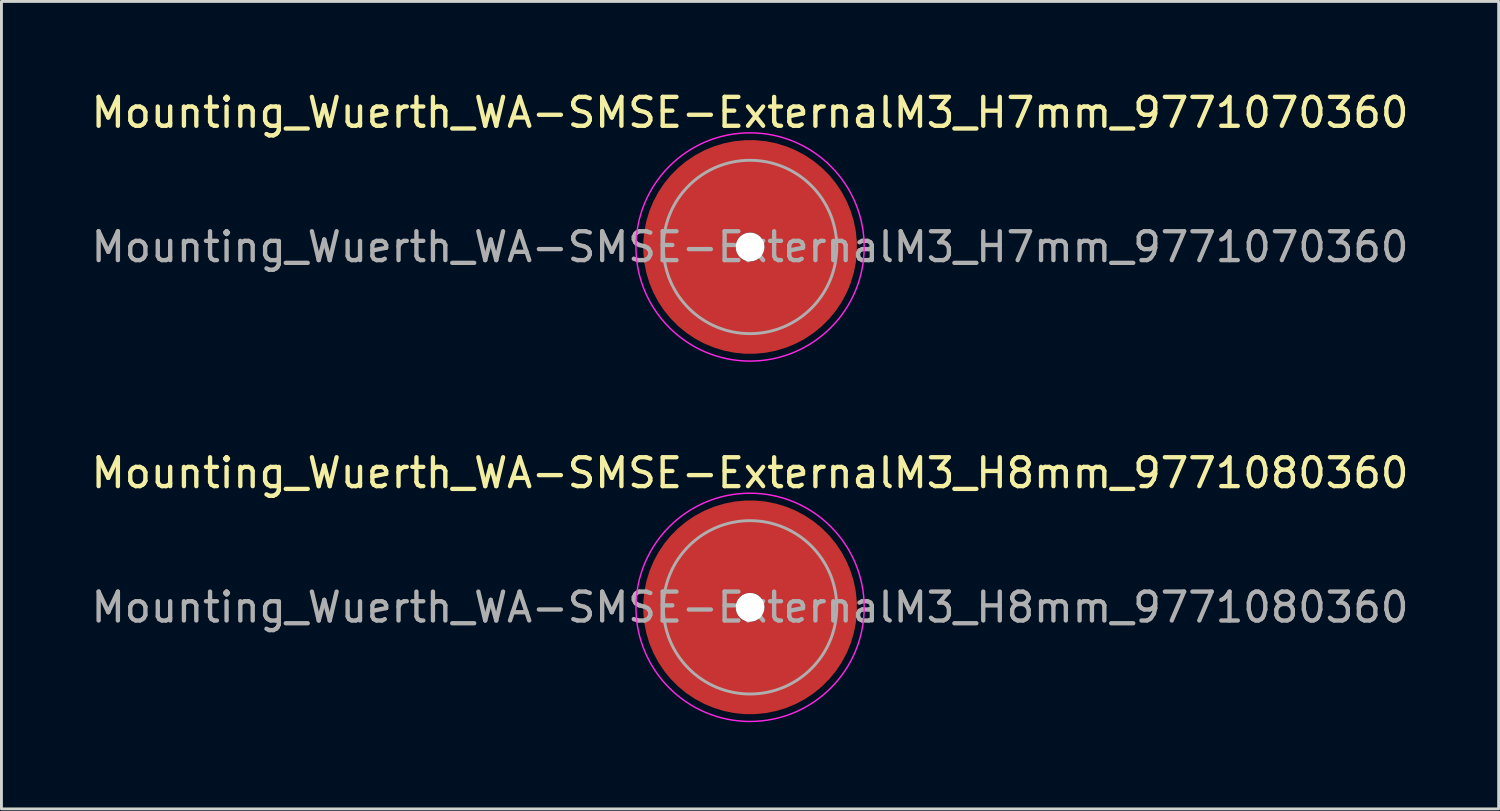
<source format=kicad_pcb>
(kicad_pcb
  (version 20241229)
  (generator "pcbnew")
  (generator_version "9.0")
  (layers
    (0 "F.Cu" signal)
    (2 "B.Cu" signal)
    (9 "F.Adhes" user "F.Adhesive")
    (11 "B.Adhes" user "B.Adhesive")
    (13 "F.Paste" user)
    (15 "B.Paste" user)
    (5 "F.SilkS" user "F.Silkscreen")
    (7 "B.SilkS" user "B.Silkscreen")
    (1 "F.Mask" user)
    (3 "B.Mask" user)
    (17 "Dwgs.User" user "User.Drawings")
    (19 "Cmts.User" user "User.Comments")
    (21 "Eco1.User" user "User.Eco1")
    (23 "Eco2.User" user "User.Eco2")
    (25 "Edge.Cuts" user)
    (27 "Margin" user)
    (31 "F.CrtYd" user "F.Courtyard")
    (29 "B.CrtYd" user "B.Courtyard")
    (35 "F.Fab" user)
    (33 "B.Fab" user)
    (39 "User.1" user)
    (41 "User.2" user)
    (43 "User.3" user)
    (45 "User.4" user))
  (footprint "Mounting_Wuerth_WA-SMSE-ExternalM3_H8mm_9771080360"
    (layer "F.Cu")
    (at 22.911 17.971)
    (property "Reference" "Mounting_Wuerth_WA-SMSE-ExternalM3_H8mm_9771080360" (at 0 -4.65 0) (layer "F.SilkS") (effects (font (size 1 1) (thickness 0.15))))
    (attr smd allow_soldermask_bridges)
    (fp_circle (center 0 0) (end 3.95 0) (stroke (width 0.05) (type solid)) (fill no) (layer "F.CrtYd"))
    (fp_circle (center 0 0) (end 3 0) (stroke (width 0.1) (type solid)) (fill no) (layer "F.Fab"))
    (fp_text user "${REFERENCE}" (at 0 0 0) (layer "F.Fab") (effects (font (size 1 1) (thickness 0.15))))
    (pad "" smd custom (at 0 -2.1) (size 1.5 1.5) (layers "F.Paste") (options (anchor circle)) (primitives (gr_arc (start -0.305123 1.47) (mid 0.371762 1.506879) (end 0.7 2.1) (width 0.2)) (gr_arc (start -0.493052 1.47) (mid 0.350399 1.380819) (end 0.8 2.1) (width 0.2)) (gr_arc (start -0.642729 1.47) (mid 0.340253 1.266797) (end 0.9 2.1) (width 0.2)) (gr_arc (start -0.776595 1.47) (mid 0.334219 1.157505) (end 1 2.1) (width 0.2)) (gr_arc (start -0.901721 1.47) (mid 0.330233 1.05074) (end 1.1 2.1) (width 0.2)) (gr_arc (start -1.021323 1.47) (mid 0.327424 0.945533) (end 1.2 2.1) (width 0.2)) (gr_arc (start -1.137146 1.47) (mid 0.325354 0.841372) (end 1.3 2.1) (width 0.2)) (gr_arc (start -1.25024 1.47) (mid 0.323778 0.737954) (end 1.4 2.1) (width 0.2)) (gr_arc (start -1.361286 1.47) (mid 0.322545 0.635089) (end 1.5 2.1) (width 0.2)) (gr_arc (start -1.470748 1.47) (mid 0.321561 0.532646) (end 1.6 2.1) (width 0.2)) (gr_arc (start -1.578955 1.47) (mid 0.320762 0.430535) (end 1.7 2.1) (width 0.2)) (gr_arc (start -1.686149 1.47) (mid 0.320102 0.328691) (end 1.8 2.1) (width 0.2)) (gr_arc (start -1.792512 1.47) (mid 0.319552 0.227065) (end 1.9 2.1) (width 0.2)) (gr_arc (start -1.898183 1.47) (mid 0.319087 0.125618) (end 2 2.1) (width 0.2)) (gr_arc (start -2.003272 1.47) (mid 0.318691 0.024323) (end 2.1 2.1) (width 0.2)) (gr_arc (start -2.107866 1.47) (mid 0.318351 -0.076845) (end 2.2 2.1) (width 0.2)) (gr_arc (start -2.212035 1.47) (mid 0.318056 -0.177903) (end 2.3 2.1) (width 0.2)) (gr_arc (start -2.315837 1.47) (mid 0.317798 -0.278866) (end 2.4 2.1) (width 0.2)) (gr_arc (start -2.419318 1.47) (mid 0.317573 -0.379747) (end 2.5 2.1) (width 0.2)) (gr_arc (start -2.522519 1.47) (mid 0.317373 -0.480557) (end 2.6 2.1) (width 0.2)) (gr_arc (start -2.625471 1.47) (mid 0.317197 -0.581303) (end 2.7 2.1) (width 0.2)) (gr_arc (start -2.728205 1.47) (mid 0.317039 -0.681993) (end 2.8 2.1) (width 0.2)) (gr_arc (start -2.830742 1.47) (mid 0.316898 -0.782633) (end 2.9 2.1) (width 0.2)) (gr_arc (start -2.933104 1.47) (mid 0.316771 -0.883229) (end 3 2.1) (width 0.2)) (gr_arc (start -3.035309 1.47) (mid 0.316656 -0.983785) (end 3.1 2.1) (width 0.2)) (gr_arc (start -3.137372 1.47) (mid 0.316553 -1.084304) (end 3.2 2.1) (width 0.2)) (gr_arc (start -3.239305 1.47) (mid 0.316458 -1.184791) (end 3.3 2.1) (width 0.2)) (gr_arc (start -3.341123 1.47) (mid 0.316373 -1.285249) (end 3.4 2.1) (width 0.2)) (gr_arc (start -3.442833 1.47) (mid 0.316294 -1.385679) (end 3.5 2.1) (width 0.2)) (gr_line (start 0.7 2.1) (end 3.5 2.1) (width 0.2)) (gr_line (start -0.305 1.47) (end -3.443 1.47) (width 0.2))))
    (pad "" np_thru_hole circle (at 0 0) (size 1 1) (drill 1) (layers "*.Cu" "*.Mask"))
    (pad "" smd custom (at 0 2.1) (size 1.5 1.5) (layers "F.Paste") (options (anchor circle)) (primitives (gr_arc (start 0.305123 -1.47) (mid -0.371762 -1.506879) (end -0.7 -2.1) (width 0.2)) (gr_arc (start 0.493052 -1.47) (mid -0.350399 -1.380819) (end -0.8 -2.1) (width 0.2)) (gr_arc (start 0.642729 -1.47) (mid -0.340253 -1.266797) (end -0.9 -2.1) (width 0.2)) (gr_arc (start 0.776595 -1.47) (mid -0.334219 -1.157505) (end -1 -2.1) (width 0.2)) (gr_arc (start 0.901721 -1.47) (mid -0.330233 -1.05074) (end -1.1 -2.1) (width 0.2)) (gr_arc (start 1.021323 -1.47) (mid -0.327424 -0.945533) (end -1.2 -2.1) (width 0.2)) (gr_arc (start 1.137146 -1.47) (mid -0.325354 -0.841372) (end -1.3 -2.1) (width 0.2)) (gr_arc (start 1.25024 -1.47) (mid -0.323778 -0.737954) (end -1.4 -2.1) (width 0.2)) (gr_arc (start 1.361286 -1.47) (mid -0.322545 -0.635089) (end -1.5 -2.1) (width 0.2)) (gr_arc (start 1.470748 -1.47) (mid -0.321561 -0.532646) (end -1.6 -2.1) (width 0.2)) (gr_arc (start 1.578955 -1.47) (mid -0.320762 -0.430535) (end -1.7 -2.1) (width 0.2)) (gr_arc (start 1.686149 -1.47) (mid -0.320102 -0.328691) (end -1.8 -2.1) (width 0.2)) (gr_arc (start 1.792512 -1.47) (mid -0.319552 -0.227065) (end -1.9 -2.1) (width 0.2)) (gr_arc (start 1.898183 -1.47) (mid -0.319087 -0.125618) (end -2 -2.1) (width 0.2)) (gr_arc (start 2.003272 -1.47) (mid -0.318691 -0.024323) (end -2.1 -2.1) (width 0.2)) (gr_arc (start 2.107866 -1.47) (mid -0.318351 0.076845) (end -2.2 -2.1) (width 0.2)) (gr_arc (start 2.212035 -1.47) (mid -0.318056 0.177903) (end -2.3 -2.1) (width 0.2)) (gr_arc (start 2.315837 -1.47) (mid -0.317798 0.278866) (end -2.4 -2.1) (width 0.2)) (gr_arc (start 2.419318 -1.47) (mid -0.317573 0.379747) (end -2.5 -2.1) (width 0.2)) (gr_arc (start 2.522519 -1.47) (mid -0.317373 0.480557) (end -2.6 -2.1) (width 0.2)) (gr_arc (start 2.625471 -1.47) (mid -0.317197 0.581303) (end -2.7 -2.1) (width 0.2)) (gr_arc (start 2.728205 -1.47) (mid -0.317039 0.681993) (end -2.8 -2.1) (width 0.2)) (gr_arc (start 2.830742 -1.47) (mid -0.316898 0.782633) (end -2.9 -2.1) (width 0.2)) (gr_arc (start 2.933104 -1.47) (mid -0.316771 0.883229) (end -3 -2.1) (width 0.2)) (gr_arc (start 3.035309 -1.47) (mid -0.316656 0.983785) (end -3.1 -2.1) (width 0.2)) (gr_arc (start 3.137372 -1.47) (mid -0.316553 1.084304) (end -3.2 -2.1) (width 0.2)) (gr_arc (start 3.239305 -1.47) (mid -0.316458 1.184791) (end -3.3 -2.1) (width 0.2)) (gr_arc (start 3.341123 -1.47) (mid -0.316373 1.285249) (end -3.4 -2.1) (width 0.2)) (gr_arc (start 3.442833 -1.47) (mid -0.316294 1.385679) (end -3.5 -2.1) (width 0.2)) (gr_line (start -0.7 -2.1) (end -3.5 -2.1) (width 0.2)) (gr_line (start 0.305 -1.47) (end 3.443 -1.47) (width 0.2))))
    (pad "1" smd circle (at -2.1 0) (size 2.692 2.692) (layers "F.Cu"))
    (pad "1" smd circle (at 0 -2.1) (size 2.692 2.692) (layers "F.Cu"))
    (pad "1" smd circle (at 0 2.1) (size 2.692 2.692) (layers "F.Cu"))
    (pad "1" smd custom (at 2.1 0) (size 3.2 3.2) (layers "F.Cu" "F.Mask") (options (anchor circle)) (primitives (gr_circle (center -2.1 0) (end 0 0) (width 3.2) (fill no)))))
  (footprint "Mounting_Wuerth_WA-SMSE-ExternalM3_H7mm_9771070360"
    (layer "F.Cu")
    (at 22.911 5.498)
    (property "Reference" "Mounting_Wuerth_WA-SMSE-ExternalM3_H7mm_9771070360" (at 0 -4.65 0) (layer "F.SilkS") (effects (font (size 1 1) (thickness 0.15))))
    (attr smd allow_soldermask_bridges)
    (fp_circle (center 0 0) (end 3.95 0) (stroke (width 0.05) (type solid)) (fill no) (layer "F.CrtYd"))
    (fp_circle (center 0 0) (end 3 0) (stroke (width 0.1) (type solid)) (fill no) (layer "F.Fab"))
    (fp_text user "${REFERENCE}" (at 0 0 0) (layer "F.Fab") (effects (font (size 1 1) (thickness 0.15))))
    (pad "" smd custom (at 0 -2.1) (size 1.5 1.5) (layers "F.Paste") (options (anchor circle)) (primitives (gr_arc (start -0.305123 1.47) (mid 0.371762 1.506879) (end 0.7 2.1) (width 0.2)) (gr_arc (start -0.493052 1.47) (mid 0.350399 1.380819) (end 0.8 2.1) (width 0.2)) (gr_arc (start -0.642729 1.47) (mid 0.340253 1.266797) (end 0.9 2.1) (width 0.2)) (gr_arc (start -0.776595 1.47) (mid 0.334219 1.157505) (end 1 2.1) (width 0.2)) (gr_arc (start -0.901721 1.47) (mid 0.330233 1.05074) (end 1.1 2.1) (width 0.2)) (gr_arc (start -1.021323 1.47) (mid 0.327424 0.945533) (end 1.2 2.1) (width 0.2)) (gr_arc (start -1.137146 1.47) (mid 0.325354 0.841372) (end 1.3 2.1) (width 0.2)) (gr_arc (start -1.25024 1.47) (mid 0.323778 0.737954) (end 1.4 2.1) (width 0.2)) (gr_arc (start -1.361286 1.47) (mid 0.322545 0.635089) (end 1.5 2.1) (width 0.2)) (gr_arc (start -1.470748 1.47) (mid 0.321561 0.532646) (end 1.6 2.1) (width 0.2)) (gr_arc (start -1.578955 1.47) (mid 0.320762 0.430535) (end 1.7 2.1) (width 0.2)) (gr_arc (start -1.686149 1.47) (mid 0.320102 0.328691) (end 1.8 2.1) (width 0.2)) (gr_arc (start -1.792512 1.47) (mid 0.319552 0.227065) (end 1.9 2.1) (width 0.2)) (gr_arc (start -1.898183 1.47) (mid 0.319087 0.125618) (end 2 2.1) (width 0.2)) (gr_arc (start -2.003272 1.47) (mid 0.318691 0.024323) (end 2.1 2.1) (width 0.2)) (gr_arc (start -2.107866 1.47) (mid 0.318351 -0.076845) (end 2.2 2.1) (width 0.2)) (gr_arc (start -2.212035 1.47) (mid 0.318056 -0.177903) (end 2.3 2.1) (width 0.2)) (gr_arc (start -2.315837 1.47) (mid 0.317798 -0.278866) (end 2.4 2.1) (width 0.2)) (gr_arc (start -2.419318 1.47) (mid 0.317573 -0.379747) (end 2.5 2.1) (width 0.2)) (gr_arc (start -2.522519 1.47) (mid 0.317373 -0.480557) (end 2.6 2.1) (width 0.2)) (gr_arc (start -2.625471 1.47) (mid 0.317197 -0.581303) (end 2.7 2.1) (width 0.2)) (gr_arc (start -2.728205 1.47) (mid 0.317039 -0.681993) (end 2.8 2.1) (width 0.2)) (gr_arc (start -2.830742 1.47) (mid 0.316898 -0.782633) (end 2.9 2.1) (width 0.2)) (gr_arc (start -2.933104 1.47) (mid 0.316771 -0.883229) (end 3 2.1) (width 0.2)) (gr_arc (start -3.035309 1.47) (mid 0.316656 -0.983785) (end 3.1 2.1) (width 0.2)) (gr_arc (start -3.137372 1.47) (mid 0.316553 -1.084304) (end 3.2 2.1) (width 0.2)) (gr_arc (start -3.239305 1.47) (mid 0.316458 -1.184791) (end 3.3 2.1) (width 0.2)) (gr_arc (start -3.341123 1.47) (mid 0.316373 -1.285249) (end 3.4 2.1) (width 0.2)) (gr_arc (start -3.442833 1.47) (mid 0.316294 -1.385679) (end 3.5 2.1) (width 0.2)) (gr_line (start 0.7 2.1) (end 3.5 2.1) (width 0.2)) (gr_line (start -0.305 1.47) (end -3.443 1.47) (width 0.2))))
    (pad "" np_thru_hole circle (at 0 0) (size 1 1) (drill 1) (layers "*.Cu" "*.Mask"))
    (pad "" smd custom (at 0 2.1) (size 1.5 1.5) (layers "F.Paste") (options (anchor circle)) (primitives (gr_arc (start 0.305123 -1.47) (mid -0.371762 -1.506879) (end -0.7 -2.1) (width 0.2)) (gr_arc (start 0.493052 -1.47) (mid -0.350399 -1.380819) (end -0.8 -2.1) (width 0.2)) (gr_arc (start 0.642729 -1.47) (mid -0.340253 -1.266797) (end -0.9 -2.1) (width 0.2)) (gr_arc (start 0.776595 -1.47) (mid -0.334219 -1.157505) (end -1 -2.1) (width 0.2)) (gr_arc (start 0.901721 -1.47) (mid -0.330233 -1.05074) (end -1.1 -2.1) (width 0.2)) (gr_arc (start 1.021323 -1.47) (mid -0.327424 -0.945533) (end -1.2 -2.1) (width 0.2)) (gr_arc (start 1.137146 -1.47) (mid -0.325354 -0.841372) (end -1.3 -2.1) (width 0.2)) (gr_arc (start 1.25024 -1.47) (mid -0.323778 -0.737954) (end -1.4 -2.1) (width 0.2)) (gr_arc (start 1.361286 -1.47) (mid -0.322545 -0.635089) (end -1.5 -2.1) (width 0.2)) (gr_arc (start 1.470748 -1.47) (mid -0.321561 -0.532646) (end -1.6 -2.1) (width 0.2)) (gr_arc (start 1.578955 -1.47) (mid -0.320762 -0.430535) (end -1.7 -2.1) (width 0.2)) (gr_arc (start 1.686149 -1.47) (mid -0.320102 -0.328691) (end -1.8 -2.1) (width 0.2)) (gr_arc (start 1.792512 -1.47) (mid -0.319552 -0.227065) (end -1.9 -2.1) (width 0.2)) (gr_arc (start 1.898183 -1.47) (mid -0.319087 -0.125618) (end -2 -2.1) (width 0.2)) (gr_arc (start 2.003272 -1.47) (mid -0.318691 -0.024323) (end -2.1 -2.1) (width 0.2)) (gr_arc (start 2.107866 -1.47) (mid -0.318351 0.076845) (end -2.2 -2.1) (width 0.2)) (gr_arc (start 2.212035 -1.47) (mid -0.318056 0.177903) (end -2.3 -2.1) (width 0.2)) (gr_arc (start 2.315837 -1.47) (mid -0.317798 0.278866) (end -2.4 -2.1) (width 0.2)) (gr_arc (start 2.419318 -1.47) (mid -0.317573 0.379747) (end -2.5 -2.1) (width 0.2)) (gr_arc (start 2.522519 -1.47) (mid -0.317373 0.480557) (end -2.6 -2.1) (width 0.2)) (gr_arc (start 2.625471 -1.47) (mid -0.317197 0.581303) (end -2.7 -2.1) (width 0.2)) (gr_arc (start 2.728205 -1.47) (mid -0.317039 0.681993) (end -2.8 -2.1) (width 0.2)) (gr_arc (start 2.830742 -1.47) (mid -0.316898 0.782633) (end -2.9 -2.1) (width 0.2)) (gr_arc (start 2.933104 -1.47) (mid -0.316771 0.883229) (end -3 -2.1) (width 0.2)) (gr_arc (start 3.035309 -1.47) (mid -0.316656 0.983785) (end -3.1 -2.1) (width 0.2)) (gr_arc (start 3.137372 -1.47) (mid -0.316553 1.084304) (end -3.2 -2.1) (width 0.2)) (gr_arc (start 3.239305 -1.47) (mid -0.316458 1.184791) (end -3.3 -2.1) (width 0.2)) (gr_arc (start 3.341123 -1.47) (mid -0.316373 1.285249) (end -3.4 -2.1) (width 0.2)) (gr_arc (start 3.442833 -1.47) (mid -0.316294 1.385679) (end -3.5 -2.1) (width 0.2)) (gr_line (start -0.7 -2.1) (end -3.5 -2.1) (width 0.2)) (gr_line (start 0.305 -1.47) (end 3.443 -1.47) (width 0.2))))
    (pad "1" smd circle (at -2.1 0) (size 2.692 2.692) (layers "F.Cu"))
    (pad "1" smd circle (at 0 -2.1) (size 2.692 2.692) (layers "F.Cu"))
    (pad "1" smd circle (at 0 2.1) (size 2.692 2.692) (layers "F.Cu"))
    (pad "1" smd custom (at 2.1 0) (size 3.2 3.2) (layers "F.Cu" "F.Mask") (options (anchor circle)) (primitives (gr_circle (center -2.1 0) (end 0 0) (width 3.2) (fill no)))))
  (gr_rect
    (start -3 -3)
    (end 48.821 24.947)
    (stroke (width 0.1) (type default))
    (fill no)
    (layer "Edge.Cuts")))
</source>
